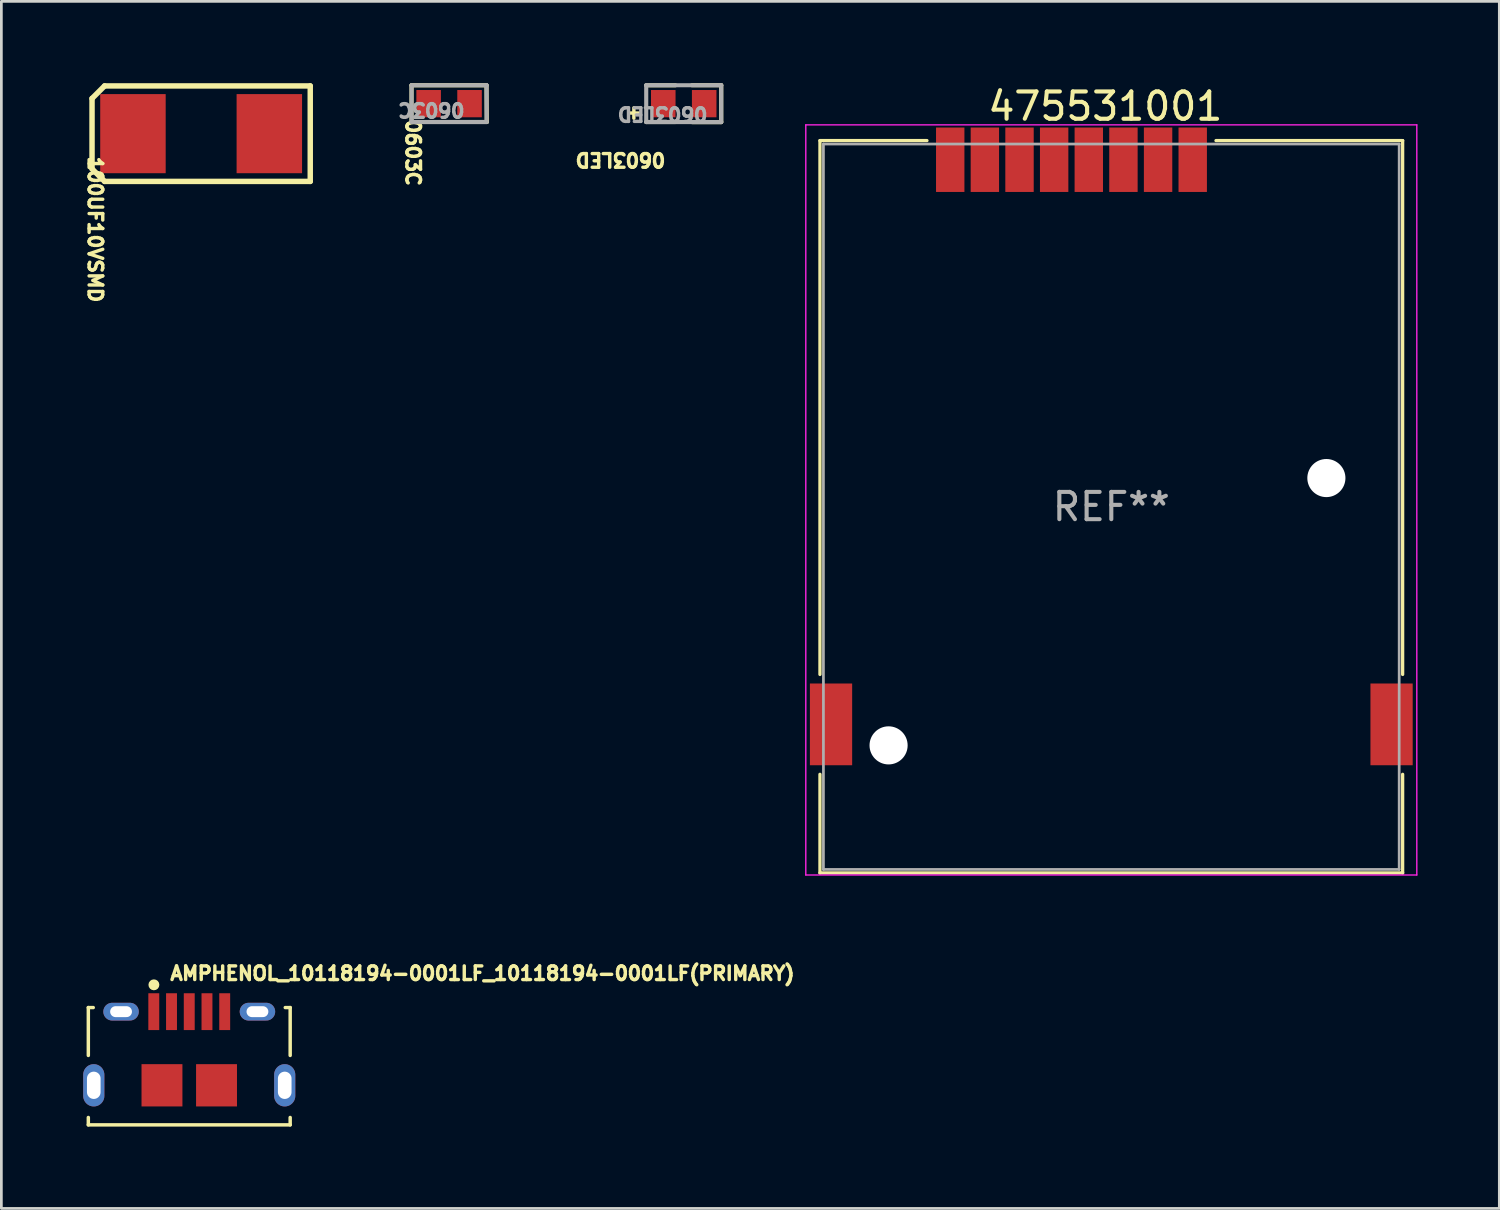
<source format=kicad_pcb>
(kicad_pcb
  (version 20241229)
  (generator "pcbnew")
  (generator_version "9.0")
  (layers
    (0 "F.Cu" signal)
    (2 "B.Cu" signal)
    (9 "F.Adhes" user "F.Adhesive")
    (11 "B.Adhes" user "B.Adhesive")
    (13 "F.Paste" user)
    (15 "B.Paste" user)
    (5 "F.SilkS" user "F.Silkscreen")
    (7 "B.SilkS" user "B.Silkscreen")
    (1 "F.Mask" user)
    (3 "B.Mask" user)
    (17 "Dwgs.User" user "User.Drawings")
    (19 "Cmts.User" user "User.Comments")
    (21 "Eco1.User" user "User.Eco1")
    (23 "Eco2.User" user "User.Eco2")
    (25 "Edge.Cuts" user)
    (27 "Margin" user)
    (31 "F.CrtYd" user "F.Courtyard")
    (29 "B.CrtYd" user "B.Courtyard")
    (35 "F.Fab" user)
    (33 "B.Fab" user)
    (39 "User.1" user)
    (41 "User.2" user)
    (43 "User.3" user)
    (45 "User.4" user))
  (footprint "0603LED"
    (layer "F.Cu")
    (at 22.016 0.75)
    (property "Reference" "0603LED" (at -0.607 1.763 180) (unlocked yes) (layer "F.SilkS") (effects (font (size 0.5 0.5) (thickness 0.254)) (justify left bottom)))
    (fp_line (start -0.308 0.673) (end -1.377 0.673) (stroke (width 0.15) (type solid)) (layer "F.SilkS"))
    (fp_line (start -0.306 -0.673) (end -1.377 -0.673) (stroke (width 0.15) (type solid)) (layer "F.SilkS"))
    (fp_line (start 1.374 -0.675) (end 0.301 -0.675) (stroke (width 0.15) (type solid)) (layer "F.SilkS"))
    (fp_line (start 1.374 0.677) (end 0.307 0.677) (stroke (width 0.15) (type solid)) (layer "F.SilkS"))
    (fp_line (start 1.374 0.677) (end 1.374 -0.675) (stroke (width 0.15) (type solid)) (layer "F.SilkS"))
    (fp_line (start -1.253 -0.544) (end -1.258 -0.549) (stroke (width 0.1) (type solid)) (layer "Eco1.User"))
    (fp_line (start -1.253 0.559) (end -1.262 0.55) (stroke (width 0.1) (type solid)) (layer "Eco1.User"))
    (fp_line (start -1.253 0.559) (end -1.253 -0.544) (stroke (width 0.1) (type solid)) (layer "Eco1.User"))
    (fp_line (start 0.003 0.397) (end 0.003 -0.404) (stroke (width 0.1) (type solid)) (layer "Eco1.User"))
    (fp_line (start 0.477 -0.003) (end -0.473 -0.003) (stroke (width 0.1) (type solid)) (layer "Eco1.User"))
    (fp_line (start 1.24 0.55) (end -1.262 0.55) (stroke (width 0.1) (type solid)) (layer "Eco1.User"))
    (fp_line (start 1.25 -0.549) (end -1.258 -0.549) (stroke (width 0.1) (type solid)) (layer "Eco1.User"))
    (fp_line (start 1.25 0.56) (end 1.24 0.55) (stroke (width 0.1) (type solid)) (layer "Eco1.User"))
    (fp_line (start 1.25 0.56) (end 1.25 -0.549) (stroke (width 0.1) (type solid)) (layer "Eco1.User"))
    (fp_line (start -1.375 0.675) (end -1.375 -0.675) (stroke (width 0.15) (type solid)) (layer "F.Fab"))
    (fp_line (start 1.375 -0.675) (end -1.375 -0.675) (stroke (width 0.15) (type solid)) (layer "F.Fab"))
    (fp_line (start 1.375 0.675) (end -1.375 0.675) (stroke (width 0.15) (type solid)) (layer "F.Fab"))
    (fp_line (start 1.375 0.675) (end 1.375 -0.675) (stroke (width 0.15) (type solid)) (layer "F.Fab"))
    (fp_text user "+" (at -1.828 0.378 180) (unlocked yes) (layer "F.SilkS") (effects (font (size 0.5 0.5) (thickness 0.254))))
    (fp_text user "${REFERENCE}" (at -0.775 0.375 180) (unlocked yes) (layer "F.Fab") (effects (font (size 0.5 0.5) (thickness 0.254))))
    (pad "A" smd rect (at -0.75 -0.000003 180) (size 0.9 1) (layers "F.Cu" "F.Mask" "F.Paste"))
    (pad "K" smd rect (at 0.75 -0.000003 180) (size 0.9 1) (layers "F.Cu" "F.Mask" "F.Paste")))
  (footprint "100UF10VSMD"
    (layer "F.Cu")
    (at 4.324 1.85)
    (property "Reference" "100UF10VSMD" (at -4.175 0.775 270) (unlocked yes) (layer "F.SilkS") (effects (font (size 0.5 0.5) (thickness 0.254)) (justify left bottom)))
    (fp_line (start -4 -1.29) (end -4 1.29) (stroke (width 0.2) (type solid)) (layer "F.SilkS"))
    (fp_line (start -4 1.29) (end -3.54 1.75) (stroke (width 0.2) (type solid)) (layer "F.SilkS"))
    (fp_line (start -3.54 -1.75) (end -4 -1.29) (stroke (width 0.2) (type solid)) (layer "F.SilkS"))
    (fp_line (start 4 -1.75) (end -3.54 -1.75) (stroke (width 0.2) (type solid)) (layer "F.SilkS"))
    (fp_line (start 4 -1.75) (end 4 1.75) (stroke (width 0.2) (type solid)) (layer "F.SilkS"))
    (fp_line (start 4 1.75) (end -3.54 1.75) (stroke (width 0.2) (type solid)) (layer "F.SilkS"))
    (pad "1" smd rect (at -2.5 0 180) (size 2.4 2.9) (layers "F.Cu" "F.Mask" "F.Paste"))
    (pad "2" smd rect (at 2.5 0 180) (size 2.4 2.9) (layers "F.Cu" "F.Mask" "F.Paste")))
  (footprint "0603C"
    (layer "F.Cu")
    (at 13.414 0.75)
    (property "Reference" "0603C" (at -1.615 0.514 270) (unlocked yes) (layer "F.SilkS") (effects (font (size 0.5 0.5) (thickness 0.254)) (justify left bottom)))
    (fp_line (start -1.378 -0.674) (end -1.378 0.672) (stroke (width 0.15) (type solid)) (layer "F.SilkS"))
    (fp_line (start 1.371 -0.674) (end -1.378 -0.674) (stroke (width 0.15) (type solid)) (layer "F.SilkS"))
    (fp_line (start 1.371 -0.674) (end 1.383 0.672) (stroke (width 0.15) (type solid)) (layer "F.SilkS"))
    (fp_line (start 1.383 0.672) (end -1.378 0.672) (stroke (width 0.15) (type solid)) (layer "F.SilkS"))
    (fp_line (start -1.25 -0.55) (end -1.25 0.55) (stroke (width 0.1) (type solid)) (layer "Eco1.User"))
    (fp_line (start 0 -0.4) (end 0 0.425) (stroke (width 0.1) (type solid)) (layer "Eco1.User"))
    (fp_line (start 0.4 -0.000002) (end -0.4 -0.000002) (stroke (width 0.1) (type solid)) (layer "Eco1.User"))
    (fp_line (start 1.25 -0.55) (end -1.25 -0.55) (stroke (width 0.1) (type solid)) (layer "Eco1.User"))
    (fp_line (start 1.25 -0.55) (end 1.25 0.55) (stroke (width 0.1) (type solid)) (layer "Eco1.User"))
    (fp_line (start 1.25 0.55) (end -1.25 0.55) (stroke (width 0.1) (type solid)) (layer "Eco1.User"))
    (fp_line (start -1.375 -0.675) (end -1.375 0.675) (stroke (width 0.15) (type solid)) (layer "F.Fab"))
    (fp_line (start 1.375 -0.675) (end -1.375 -0.675) (stroke (width 0.15) (type solid)) (layer "F.Fab"))
    (fp_line (start 1.375 -0.675) (end 1.375 0.675) (stroke (width 0.15) (type solid)) (layer "F.Fab"))
    (fp_line (start 1.375 0.675) (end -1.375 0.675) (stroke (width 0.15) (type solid)) (layer "F.Fab"))
    (fp_text user "${REFERENCE}" (at -0.65 0.225 180) (unlocked yes) (layer "F.Fab") (effects (font (size 0.5 0.5) (thickness 0.254))))
    (pad "1" smd rect (at -0.75 -0.000002 180) (size 0.9 1) (layers "F.Cu" "F.Mask" "F.Paste"))
    (pad "2" smd rect (at 0.75 -0.000002 180) (size 0.9 1) (layers "F.Cu" "F.Mask" "F.Paste")))
  (footprint "AMPHENOL_10118194-0001LF_10118194-0001LF(PRIMARY)"
    (layer "F.Cu")
    (at 3.888 36.738)
    (property "Reference" "AMPHENOL_10118194-0001LF_10118194-0001LF(PRIMARY)" (at -0.762 -3.81 0) (unlocked yes) (layer "F.SilkS") (effects (font (size 0.5 0.5) (thickness 0.254)) (justify left bottom)))
    (fp_line (start -3.7 -2.85) (end -3.7 -1.095) (stroke (width 0.127) (type solid)) (layer "F.SilkS"))
    (fp_line (start -3.7 -2.85) (end -3.52 -2.85) (stroke (width 0.127) (type solid)) (layer "F.SilkS"))
    (fp_line (start -3.7 1.18) (end -3.7 1.45) (stroke (width 0.127) (type solid)) (layer "F.SilkS"))
    (fp_line (start -3.7 1.45) (end 3.7 1.45) (stroke (width 0.127) (type solid)) (layer "F.SilkS"))
    (fp_line (start 3.52 -2.85) (end 3.7 -2.85) (stroke (width 0.127) (type solid)) (layer "F.SilkS"))
    (fp_line (start 3.7 -2.85) (end 3.7 -1.095) (stroke (width 0.127) (type solid)) (layer "F.SilkS"))
    (fp_line (start 3.7 1.18) (end 3.7 1.45) (stroke (width 0.127) (type solid)) (layer "F.SilkS"))
    (fp_circle (center -1.296 -3.684) (end -1.296 -3.584) (stroke (width 0.2) (type solid)) (fill no) (layer "F.SilkS"))
    (fp_line (start -3.5 -0.77) (end -3.5 -0.6) (stroke (width 0.000099) (type solid)) (layer "F.Paste"))
    (fp_line (start 3.5 0.6) (end 3.5 0.77) (stroke (width 0.000099) (type solid)) (layer "F.Paste"))
    (fp_line (start -3.75 -0.325) (end -3.75 0.325) (stroke (width 0.1) (type solid)) (layer "User.1"))
    (fp_line (start -3.25 -0.325) (end -3.25 0.325) (stroke (width 0.1) (type solid)) (layer "User.1"))
    (fp_line (start -2.65 -2.975) (end -2.35 -2.975) (stroke (width 0.1) (type solid)) (layer "User.1"))
    (fp_line (start -2.65 -2.425) (end -2.35 -2.425) (stroke (width 0.1) (type solid)) (layer "User.1"))
    (fp_line (start 2.35 -2.975) (end 2.65 -2.975) (stroke (width 0.1) (type solid)) (layer "User.1"))
    (fp_line (start 2.35 -2.425) (end 2.65 -2.425) (stroke (width 0.1) (type solid)) (layer "User.1"))
    (fp_line (start 3.25 -0.325) (end 3.25 0.325) (stroke (width 0.1) (type solid)) (layer "User.1"))
    (fp_line (start 3.75 -0.325) (end 3.75 0.325) (stroke (width 0.1) (type solid)) (layer "User.1"))
    (fp_arc (start -3.75 -0.325001) (mid -3.5 -0.575001) (end -3.25 -0.325001) (stroke (width 0.1) (type solid)) (layer "User.1"))
    (fp_arc (start -3.25 0.325) (mid -3.5 0.575) (end -3.75 0.325) (stroke (width 0.1) (type solid)) (layer "User.1"))
    (fp_arc (start -2.65 -2.425) (mid -2.925 -2.7) (end -2.65 -2.975) (stroke (width 0.1) (type solid)) (layer "User.1"))
    (fp_arc (start -2.35 -2.975) (mid -2.075 -2.7) (end -2.35 -2.425) (stroke (width 0.1) (type solid)) (layer "User.1"))
    (fp_arc (start 2.35 -2.425) (mid 2.075 -2.7) (end 2.35 -2.975) (stroke (width 0.1) (type solid)) (layer "User.1"))
    (fp_arc (start 2.65 -2.975) (mid 2.925 -2.7) (end 2.65 -2.425) (stroke (width 0.1) (type solid)) (layer "User.1"))
    (fp_arc (start 3.250002 -0.325001) (mid 3.500002 -0.575001) (end 3.750002 -0.325001) (stroke (width 0.1) (type solid)) (layer "User.1"))
    (fp_arc (start 3.750002 0.325) (mid 3.500002 0.575) (end 3.250002 0.325) (stroke (width 0.1) (type solid)) (layer "User.1"))
    (pad "1" smd rect (at -1.3 -2.7 180) (size 0.4 1.35) (layers "F.Cu" "F.Mask" "F.Paste"))
    (pad "2" smd rect (at -0.65 -2.7 180) (size 0.4 1.35) (layers "F.Cu" "F.Mask" "F.Paste"))
    (pad "3" smd rect (at 0 -2.7 180) (size 0.4 1.35) (layers "F.Cu" "F.Mask" "F.Paste"))
    (pad "4" smd rect (at 0.65 -2.7 180) (size 0.4 1.35) (layers "F.Cu" "F.Mask" "F.Paste"))
    (pad "5" smd rect (at 1.3 -2.7 180) (size 0.4 1.35) (layers "F.Cu" "F.Mask" "F.Paste"))
    (pad "S1" thru_hole oval (at -2.5 -2.7 180) (size 1.3 0.65) (drill oval 0.8 0.4) (layers "*.Cu" "*.Mask"))
    (pad "S2" thru_hole oval (at 2.5 -2.7 180) (size 1.3 0.65) (drill oval 0.8 0.4) (layers "*.Cu" "*.Mask"))
    (pad "S3" thru_hole oval (at -3.5 0 270) (size 1.55 0.775) (drill oval 1 0.5) (layers "*.Cu" "*.Mask"))
    (pad "S4" smd rect (at -1 0 180) (size 1.5 1.55) (layers "F.Cu" "F.Mask" "F.Paste"))
    (pad "S5" smd rect (at 1 0 180) (size 1.5 1.55) (layers "F.Cu" "F.Mask" "F.Paste"))
    (pad "S6" thru_hole oval (at 3.5 0 90) (size 1.55 0.775) (drill oval 1 0.5) (layers "*.Cu" "*.Mask")))
  (footprint "475531001"
    (layer "F.Cu")
    (at 37.691 15.528)
    (property "Reference" "475531001" (at -0.22 -14.68 0) (layer "F.SilkS") (effects (font (size 1 1) (thickness 0.15))))
    (attr through_hole)
    (fp_line (start -10.681 -13.424) (end -10.681 6.147) (stroke (width 0.12) (type solid)) (layer "F.SilkS"))
    (fp_line (start -10.681 9.809) (end -10.681 13.424) (stroke (width 0.12) (type solid)) (layer "F.SilkS"))
    (fp_line (start -10.681 13.424) (end 10.681 13.424) (stroke (width 0.12) (type solid)) (layer "F.SilkS"))
    (fp_line (start -6.758 -13.424) (end -10.681 -13.424) (stroke (width 0.12) (type solid)) (layer "F.SilkS"))
    (fp_line (start 10.681 -13.424) (end 3.838 -13.424) (stroke (width 0.12) (type solid)) (layer "F.SilkS"))
    (fp_line (start 10.681 6.147) (end 10.681 -13.424) (stroke (width 0.12) (type solid)) (layer "F.SilkS"))
    (fp_line (start 10.681 13.424) (end 10.681 9.809) (stroke (width 0.12) (type solid)) (layer "F.SilkS"))
    (fp_line (start -11.2 -14) (end -11.2 13.5) (stroke (width 0.05) (type solid)) (layer "F.CrtYd"))
    (fp_line (start -11.2 13.5) (end 11.2 13.5) (stroke (width 0.05) (type solid)) (layer "F.CrtYd"))
    (fp_line (start 11.2 -14) (end -11.2 -14) (stroke (width 0.05) (type solid)) (layer "F.CrtYd"))
    (fp_line (start 11.2 13.5) (end 11.2 -14) (stroke (width 0.05) (type solid)) (layer "F.CrtYd"))
    (fp_line (start -10.554 -13.297) (end -10.554 13.297) (stroke (width 0.1) (type solid)) (layer "F.Fab"))
    (fp_line (start -10.554 13.297) (end 10.554 13.297) (stroke (width 0.1) (type solid)) (layer "F.Fab"))
    (fp_line (start 10.554 -13.297) (end -10.554 -13.297) (stroke (width 0.1) (type solid)) (layer "F.Fab"))
    (fp_line (start 10.554 13.297) (end 10.554 -13.297) (stroke (width 0.1) (type solid)) (layer "F.Fab"))
    (fp_text user "REF**" (at 0 0 0) (layer "F.Fab") (effects (font (size 1 1) (thickness 0.15))))
    (pad "" np_thru_hole circle (at -8.165 8.748) (size 1.397 1.397) (drill 1.397) (layers "*.Cu" "*.Mask"))
    (pad "" np_thru_hole circle (at 7.885 -1.052) (size 1.397 1.397) (drill 1.397) (layers "*.Cu" "*.Mask"))
    (pad "1" smd rect (at 2.985 -12.722) (size 1.041 2.362) (layers "F.Cu" "F.Mask" "F.Paste"))
    (pad "2" smd rect (at 0.445 -12.722) (size 1.041 2.362) (layers "F.Cu" "F.Mask" "F.Paste"))
    (pad "3" smd rect (at -2.095 -12.722) (size 1.041 2.362) (layers "F.Cu" "F.Mask" "F.Paste"))
    (pad "4" smd rect (at -4.635 -12.722) (size 1.041 2.362) (layers "F.Cu" "F.Mask" "F.Paste"))
    (pad "5" smd rect (at 1.715 -12.722) (size 1.041 2.362) (layers "F.Cu" "F.Mask" "F.Paste"))
    (pad "6" smd rect (at -0.825 -12.722) (size 1.041 2.362) (layers "F.Cu" "F.Mask" "F.Paste"))
    (pad "7" smd rect (at -3.365 -12.722) (size 1.041 2.362) (layers "F.Cu" "F.Mask" "F.Paste"))
    (pad "8" smd rect (at -5.905 -12.722) (size 1.041 2.362) (layers "F.Cu" "F.Mask" "F.Paste"))
    (pad "9" smd rect (at -10.275 7.978 90) (size 2.997 1.549) (layers "F.Cu" "F.Mask" "F.Paste"))
    (pad "10" smd rect (at 10.275 7.978 90) (size 2.997 1.549) (layers "F.Cu" "F.Mask" "F.Paste")))
  (gr_rect
    (start -3 -3)
    (end 51.916 41.252)
    (stroke (width 0.1) (type default))
    (fill no)
    (layer "Edge.Cuts")))
</source>
